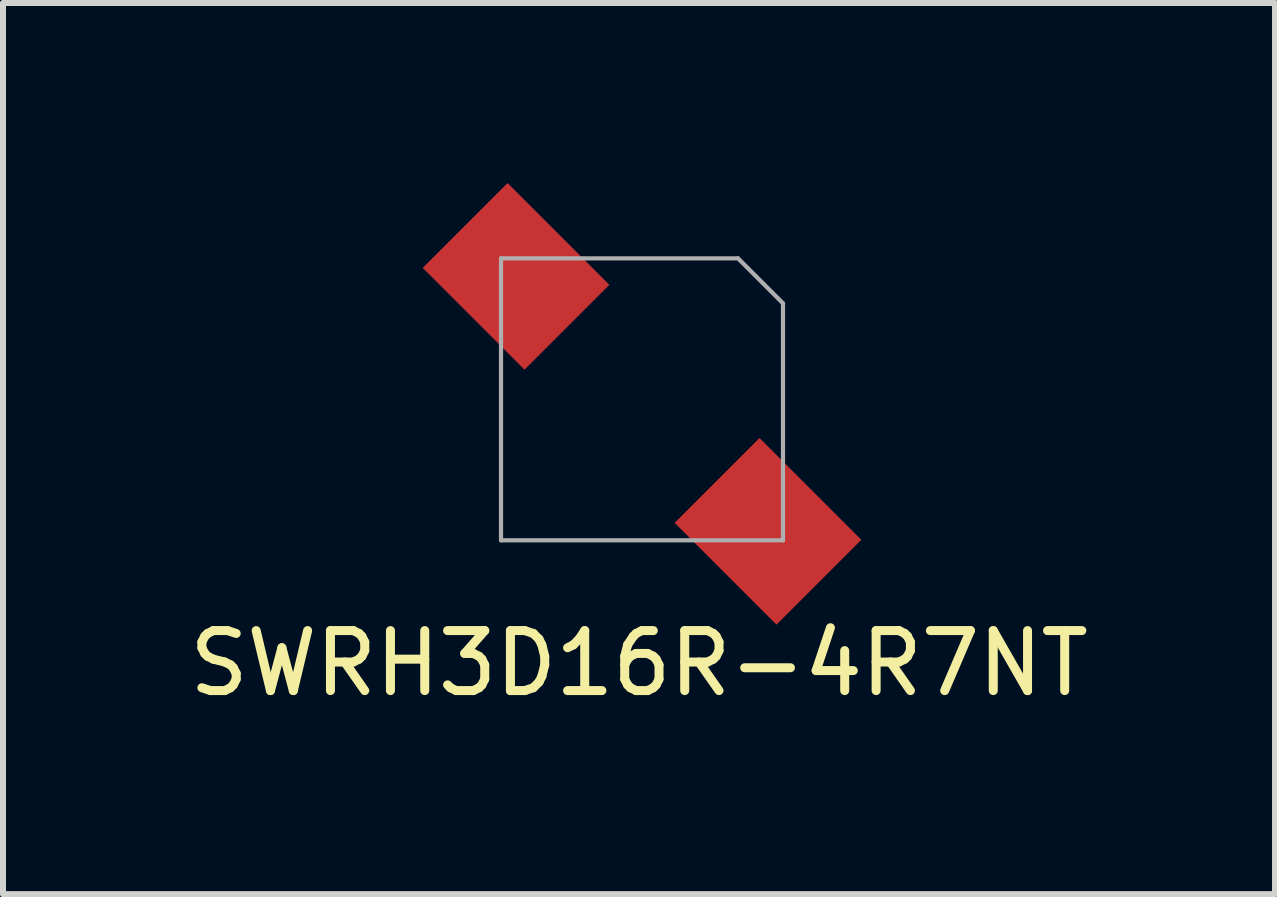
<source format=kicad_pcb>
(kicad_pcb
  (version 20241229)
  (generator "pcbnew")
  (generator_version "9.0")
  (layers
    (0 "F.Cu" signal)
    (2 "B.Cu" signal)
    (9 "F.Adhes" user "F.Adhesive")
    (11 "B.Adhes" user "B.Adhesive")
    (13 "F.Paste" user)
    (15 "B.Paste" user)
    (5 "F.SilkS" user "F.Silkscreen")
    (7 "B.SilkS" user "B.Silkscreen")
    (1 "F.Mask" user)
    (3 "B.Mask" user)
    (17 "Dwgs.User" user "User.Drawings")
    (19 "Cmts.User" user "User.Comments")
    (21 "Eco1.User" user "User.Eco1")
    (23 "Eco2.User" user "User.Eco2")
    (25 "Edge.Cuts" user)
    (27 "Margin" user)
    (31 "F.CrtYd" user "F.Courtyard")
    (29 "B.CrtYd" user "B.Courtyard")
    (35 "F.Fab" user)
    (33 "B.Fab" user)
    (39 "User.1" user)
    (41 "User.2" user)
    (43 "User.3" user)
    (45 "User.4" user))
  (footprint "SWRH3D16R-4R7NT"
    (layer "F.Cu")
    (at 7.651 3.606)
    (property "Reference" "SWRH3D16R-4R7NT" (at -0.05 4.4 0) (layer "F.SilkS") (effects (font (size 1 1) (thickness 0.15))))
    (attr through_hole)
    (fp_line (start -2.35 -2.35) (end 1.6 -2.35) (stroke (width 0.07) (type solid)) (layer "F.Fab"))
    (fp_line (start -2.35 2.35) (end -2.35 -2.35) (stroke (width 0.07) (type solid)) (layer "F.Fab"))
    (fp_line (start 1.6 -2.35) (end 2.35 -1.6) (stroke (width 0.07) (type solid)) (layer "F.Fab"))
    (fp_line (start 2.35 -1.6) (end 2.35 2.35) (stroke (width 0.07) (type solid)) (layer "F.Fab"))
    (fp_line (start 2.35 2.35) (end -2.35 2.35) (stroke (width 0.07) (type solid)) (layer "F.Fab"))
    (pad "1" smd rect (at -2.1 -2.05 45) (size 2 2.4) (layers "F.Cu" "F.Mask" "F.Paste"))
    (pad "2" smd rect (at 2.1 2.2 45) (size 2 2.4) (layers "F.Cu" "F.Mask" "F.Paste")))
  (gr_rect
    (start -3 -3)
    (end 18.202 11.854)
    (stroke (width 0.1) (type default))
    (fill no)
    (layer "Edge.Cuts")))
</source>
